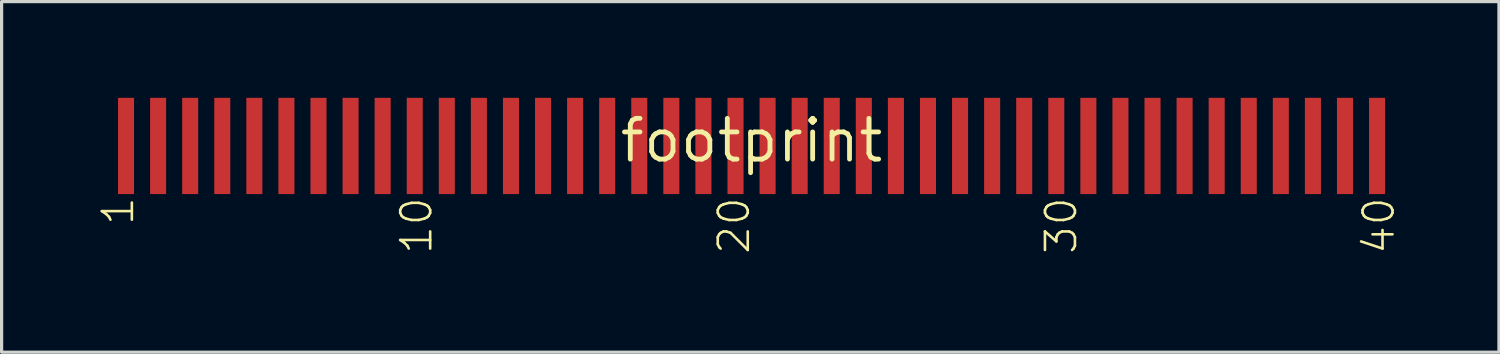
<source format=kicad_pcb>
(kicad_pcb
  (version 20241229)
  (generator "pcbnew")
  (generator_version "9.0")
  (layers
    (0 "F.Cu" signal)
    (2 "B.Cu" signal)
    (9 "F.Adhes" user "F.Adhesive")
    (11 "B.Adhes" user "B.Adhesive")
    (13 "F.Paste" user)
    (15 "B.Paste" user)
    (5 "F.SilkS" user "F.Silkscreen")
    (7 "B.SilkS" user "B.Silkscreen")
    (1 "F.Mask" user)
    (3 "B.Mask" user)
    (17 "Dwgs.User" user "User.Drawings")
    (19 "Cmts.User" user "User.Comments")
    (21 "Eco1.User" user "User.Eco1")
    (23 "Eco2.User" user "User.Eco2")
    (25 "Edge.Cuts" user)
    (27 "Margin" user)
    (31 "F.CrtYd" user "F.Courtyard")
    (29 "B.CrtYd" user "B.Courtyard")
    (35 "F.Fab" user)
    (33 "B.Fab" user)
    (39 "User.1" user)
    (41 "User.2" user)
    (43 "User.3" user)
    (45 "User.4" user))
  (footprint "footprint"
    (layer "F.Cu")
    (at 20.379 1.33)
    (property "Reference" "footprint" (at 0 0 0) (layer "F.SilkS") (effects (font (size 1.27 1.27) (thickness 0.15))))
    (fp_text user "30" (at 10.2 3.6 90) (layer "F.SilkS") (effects (font (size 0.935 0.935) (thickness 0.081)) (justify left bottom)))
    (fp_text user "40" (at 20.1 3.6 90) (layer "F.SilkS") (effects (font (size 0.935 0.935) (thickness 0.081)) (justify left bottom)))
    (fp_text user "20" (at 0 3.6 90) (layer "F.SilkS") (effects (font (size 0.935 0.935) (thickness 0.081)) (justify left bottom)))
    (fp_text user "1" (at -19.2 2.7 90) (layer "F.SilkS") (effects (font (size 0.935 0.935) (thickness 0.081)) (justify left bottom)))
    (fp_text user "10" (at -9.9 3.6 90) (layer "F.SilkS") (effects (font (size 0.935 0.935) (thickness 0.081)) (justify left bottom)))
    (pad "1" smd rect (at -19.5 0.17) (size 0.5 3) (layers "F.Cu" "F.Mask" "F.Paste"))
    (pad "2" smd rect (at -18.5 0.17) (size 0.5 3) (layers "F.Cu" "F.Mask" "F.Paste"))
    (pad "3" smd rect (at -17.5 0.17) (size 0.5 3) (layers "F.Cu" "F.Mask" "F.Paste"))
    (pad "4" smd rect (at -16.5 0.17) (size 0.5 3) (layers "F.Cu" "F.Mask" "F.Paste"))
    (pad "5" smd rect (at -15.5 0.17) (size 0.5 3) (layers "F.Cu" "F.Mask" "F.Paste"))
    (pad "6" smd rect (at -14.5 0.17) (size 0.5 3) (layers "F.Cu" "F.Mask" "F.Paste"))
    (pad "7" smd rect (at -13.5 0.17) (size 0.5 3) (layers "F.Cu" "F.Mask" "F.Paste"))
    (pad "8" smd rect (at -12.5 0.17) (size 0.5 3) (layers "F.Cu" "F.Mask" "F.Paste"))
    (pad "9" smd rect (at -11.5 0.17) (size 0.5 3) (layers "F.Cu" "F.Mask" "F.Paste"))
    (pad "10" smd rect (at -10.5 0.17) (size 0.5 3) (layers "F.Cu" "F.Mask" "F.Paste"))
    (pad "11" smd rect (at -9.5 0.17) (size 0.5 3) (layers "F.Cu" "F.Mask" "F.Paste"))
    (pad "12" smd rect (at -8.5 0.17) (size 0.5 3) (layers "F.Cu" "F.Mask" "F.Paste"))
    (pad "13" smd rect (at -7.5 0.17) (size 0.5 3) (layers "F.Cu" "F.Mask" "F.Paste"))
    (pad "14" smd rect (at -6.5 0.17) (size 0.5 3) (layers "F.Cu" "F.Mask" "F.Paste"))
    (pad "15" smd rect (at -5.5 0.17) (size 0.5 3) (layers "F.Cu" "F.Mask" "F.Paste"))
    (pad "16" smd rect (at -4.5 0.17) (size 0.5 3) (layers "F.Cu" "F.Mask" "F.Paste"))
    (pad "17" smd rect (at -3.5 0.17) (size 0.5 3) (layers "F.Cu" "F.Mask" "F.Paste"))
    (pad "18" smd rect (at -2.5 0.17) (size 0.5 3) (layers "F.Cu" "F.Mask" "F.Paste"))
    (pad "19" smd rect (at -1.5 0.17) (size 0.5 3) (layers "F.Cu" "F.Mask" "F.Paste"))
    (pad "20" smd rect (at -0.5 0.17) (size 0.5 3) (layers "F.Cu" "F.Mask" "F.Paste"))
    (pad "21" smd rect (at 0.5 0.17) (size 0.5 3) (layers "F.Cu" "F.Mask" "F.Paste"))
    (pad "22" smd rect (at 1.5 0.17) (size 0.5 3) (layers "F.Cu" "F.Mask" "F.Paste"))
    (pad "23" smd rect (at 2.5 0.17) (size 0.5 3) (layers "F.Cu" "F.Mask" "F.Paste"))
    (pad "24" smd rect (at 3.5 0.17) (size 0.5 3) (layers "F.Cu" "F.Mask" "F.Paste"))
    (pad "25" smd rect (at 4.5 0.17) (size 0.5 3) (layers "F.Cu" "F.Mask" "F.Paste"))
    (pad "26" smd rect (at 5.5 0.17) (size 0.5 3) (layers "F.Cu" "F.Mask" "F.Paste"))
    (pad "27" smd rect (at 6.5 0.17) (size 0.5 3) (layers "F.Cu" "F.Mask" "F.Paste"))
    (pad "28" smd rect (at 7.5 0.17) (size 0.5 3) (layers "F.Cu" "F.Mask" "F.Paste"))
    (pad "29" smd rect (at 8.5 0.17) (size 0.5 3) (layers "F.Cu" "F.Mask" "F.Paste"))
    (pad "30" smd rect (at 9.5 0.17) (size 0.5 3) (layers "F.Cu" "F.Mask" "F.Paste"))
    (pad "31" smd rect (at 10.5 0.17) (size 0.5 3) (layers "F.Cu" "F.Mask" "F.Paste"))
    (pad "32" smd rect (at 11.5 0.17) (size 0.5 3) (layers "F.Cu" "F.Mask" "F.Paste"))
    (pad "33" smd rect (at 12.5 0.17) (size 0.5 3) (layers "F.Cu" "F.Mask" "F.Paste"))
    (pad "34" smd rect (at 13.5 0.17) (size 0.5 3) (layers "F.Cu" "F.Mask" "F.Paste"))
    (pad "35" smd rect (at 14.5 0.17) (size 0.5 3) (layers "F.Cu" "F.Mask" "F.Paste"))
    (pad "36" smd rect (at 15.5 0.17) (size 0.5 3) (layers "F.Cu" "F.Mask" "F.Paste"))
    (pad "37" smd rect (at 16.5 0.17) (size 0.5 3) (layers "F.Cu" "F.Mask" "F.Paste"))
    (pad "38" smd rect (at 17.5 0.17) (size 0.5 3) (layers "F.Cu" "F.Mask" "F.Paste"))
    (pad "39" smd rect (at 18.5 0.17) (size 0.5 3) (layers "F.Cu" "F.Mask" "F.Paste"))
    (pad "40" smd rect (at 19.5 0.17) (size 0.5 3) (layers "F.Cu" "F.Mask" "F.Paste")))
  (gr_rect
    (start -3 -3)
    (end 43.679 7.93)
    (stroke (width 0.1) (type default))
    (fill no)
    (layer "Edge.Cuts")))
</source>
